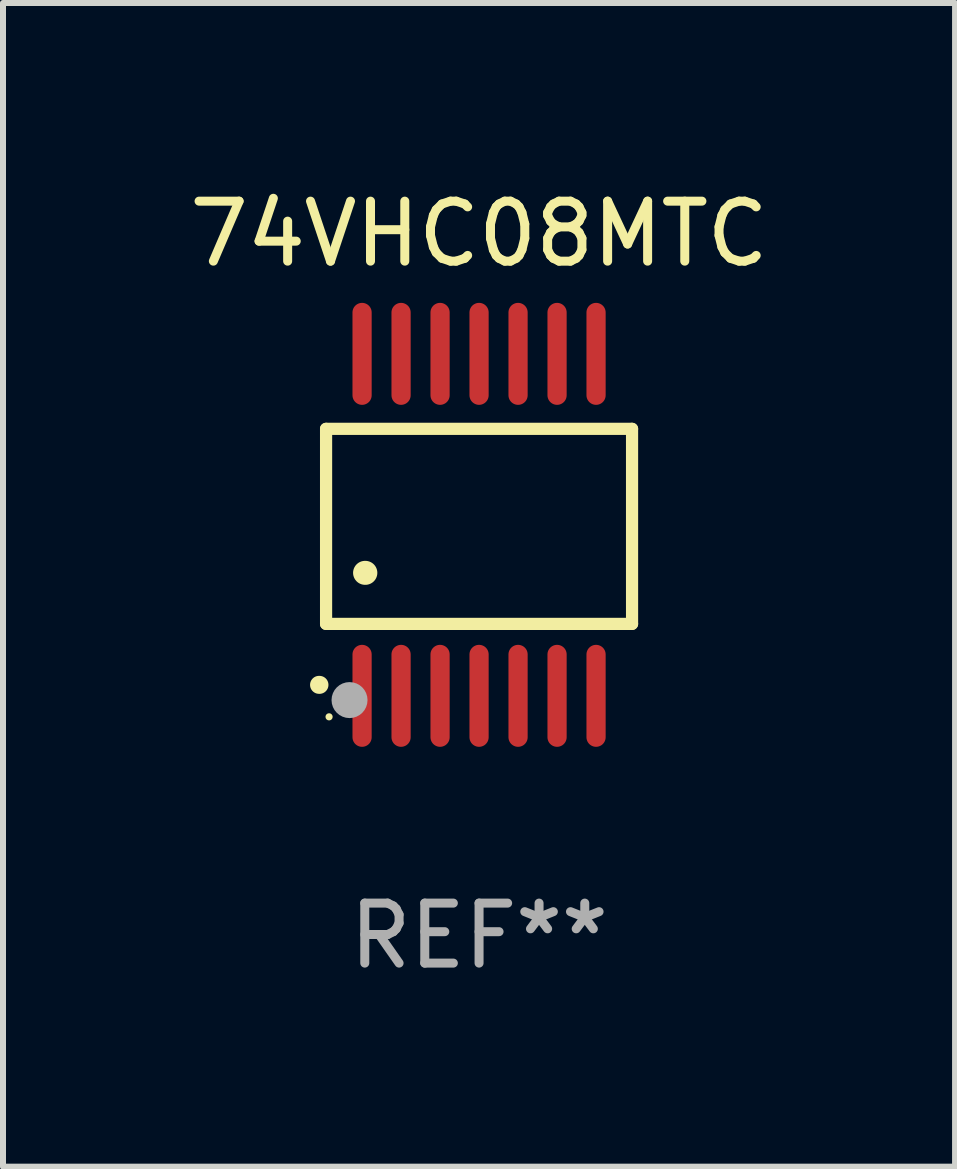
<source format=kicad_pcb>
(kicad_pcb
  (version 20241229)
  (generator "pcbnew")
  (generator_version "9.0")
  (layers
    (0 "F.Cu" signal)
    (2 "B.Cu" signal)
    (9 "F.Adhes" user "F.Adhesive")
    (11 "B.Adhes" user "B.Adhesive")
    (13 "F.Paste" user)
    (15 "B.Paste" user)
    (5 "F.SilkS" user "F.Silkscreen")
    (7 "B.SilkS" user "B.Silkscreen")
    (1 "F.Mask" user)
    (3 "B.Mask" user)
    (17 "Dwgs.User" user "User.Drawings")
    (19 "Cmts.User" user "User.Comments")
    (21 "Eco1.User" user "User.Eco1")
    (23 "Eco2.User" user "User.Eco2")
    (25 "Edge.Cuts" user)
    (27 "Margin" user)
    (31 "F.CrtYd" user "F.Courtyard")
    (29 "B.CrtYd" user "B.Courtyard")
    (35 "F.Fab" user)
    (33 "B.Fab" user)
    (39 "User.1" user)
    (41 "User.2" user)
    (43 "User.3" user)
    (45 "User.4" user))
  (footprint "74VHC08MTC"
    (layer "F.Cu")
    (at 4.935 5.698)
    (property "Reference" "74VHC08MTC" (at 0 -4.85 0) (layer "F.SilkS") (effects (font (size 1 1) (thickness 0.15))))
    (attr through_hole)
    (fp_line (start -2.55 -1.6) (end 2.55 -1.6) (stroke (width 0.203) (type solid)) (layer "F.SilkS"))
    (fp_line (start -2.55 1.651) (end -2.55 -1.6) (stroke (width 0.203) (type solid)) (layer "F.SilkS"))
    (fp_line (start 2.55 -1.6) (end 2.55 1.651) (stroke (width 0.203) (type solid)) (layer "F.SilkS"))
    (fp_line (start 2.55 1.651) (end -2.55 1.651) (stroke (width 0.203) (type solid)) (layer "F.SilkS"))
    (fp_arc (start -2.667005 2.667005) (mid -2.663677 2.667046) (end -2.66035 2.667157) (stroke (width 0.3) (type solid)) (layer "F.SilkS"))
    (fp_arc (start -1.9 0.8) (mid -1.897803 0.800014) (end -1.895606 0.800051) (stroke (width 0.4) (type solid)) (layer "F.SilkS"))
    (fp_circle (center -2.5 3.2) (end -2.47 3.2) (stroke (width 0.06) (type solid)) (fill no) (layer "F.SilkS"))
    (fp_circle (center -2.159 2.921) (end -2.009 2.921) (stroke (width 0.3) (type solid)) (fill no) (layer "F.Fab"))
    (fp_text user "REF**" (at 0 6.85 0) (layer "F.Fab") (effects (font (size 1 1) (thickness 0.15))))
    (pad "1" smd oval (at -1.95 2.85 180) (size 0.32 1.7) (layers "F.Cu" "F.Mask" "F.Paste"))
    (pad "2" smd oval (at -1.3 2.85 180) (size 0.32 1.7) (layers "F.Cu" "F.Mask" "F.Paste"))
    (pad "3" smd oval (at -0.65 2.85 180) (size 0.32 1.7) (layers "F.Cu" "F.Mask" "F.Paste"))
    (pad "4" smd oval (at 0 2.85 180) (size 0.32 1.7) (layers "F.Cu" "F.Mask" "F.Paste"))
    (pad "5" smd oval (at 0.65 2.85 180) (size 0.32 1.7) (layers "F.Cu" "F.Mask" "F.Paste"))
    (pad "6" smd oval (at 1.3 2.85 180) (size 0.32 1.7) (layers "F.Cu" "F.Mask" "F.Paste"))
    (pad "7" smd oval (at 1.95 2.85 180) (size 0.32 1.7) (layers "F.Cu" "F.Mask" "F.Paste"))
    (pad "8" smd oval (at 1.95 -2.85 180) (size 0.32 1.7) (layers "F.Cu" "F.Mask" "F.Paste"))
    (pad "9" smd oval (at 1.3 -2.85 180) (size 0.32 1.7) (layers "F.Cu" "F.Mask" "F.Paste"))
    (pad "10" smd oval (at 0.65 -2.85 180) (size 0.32 1.7) (layers "F.Cu" "F.Mask" "F.Paste"))
    (pad "11" smd oval (at 0 -2.85 180) (size 0.32 1.7) (layers "F.Cu" "F.Mask" "F.Paste"))
    (pad "12" smd oval (at -0.65 -2.85 180) (size 0.32 1.7) (layers "F.Cu" "F.Mask" "F.Paste"))
    (pad "13" smd oval (at -1.3 -2.85 180) (size 0.32 1.7) (layers "F.Cu" "F.Mask" "F.Paste"))
    (pad "14" smd oval (at -1.95 -2.85 180) (size 0.32 1.7) (layers "F.Cu" "F.Mask" "F.Paste")))
  (gr_rect
    (start -3 -3)
    (end 12.869 16.396)
    (stroke (width 0.1) (type default))
    (fill no)
    (layer "Edge.Cuts")))
</source>
